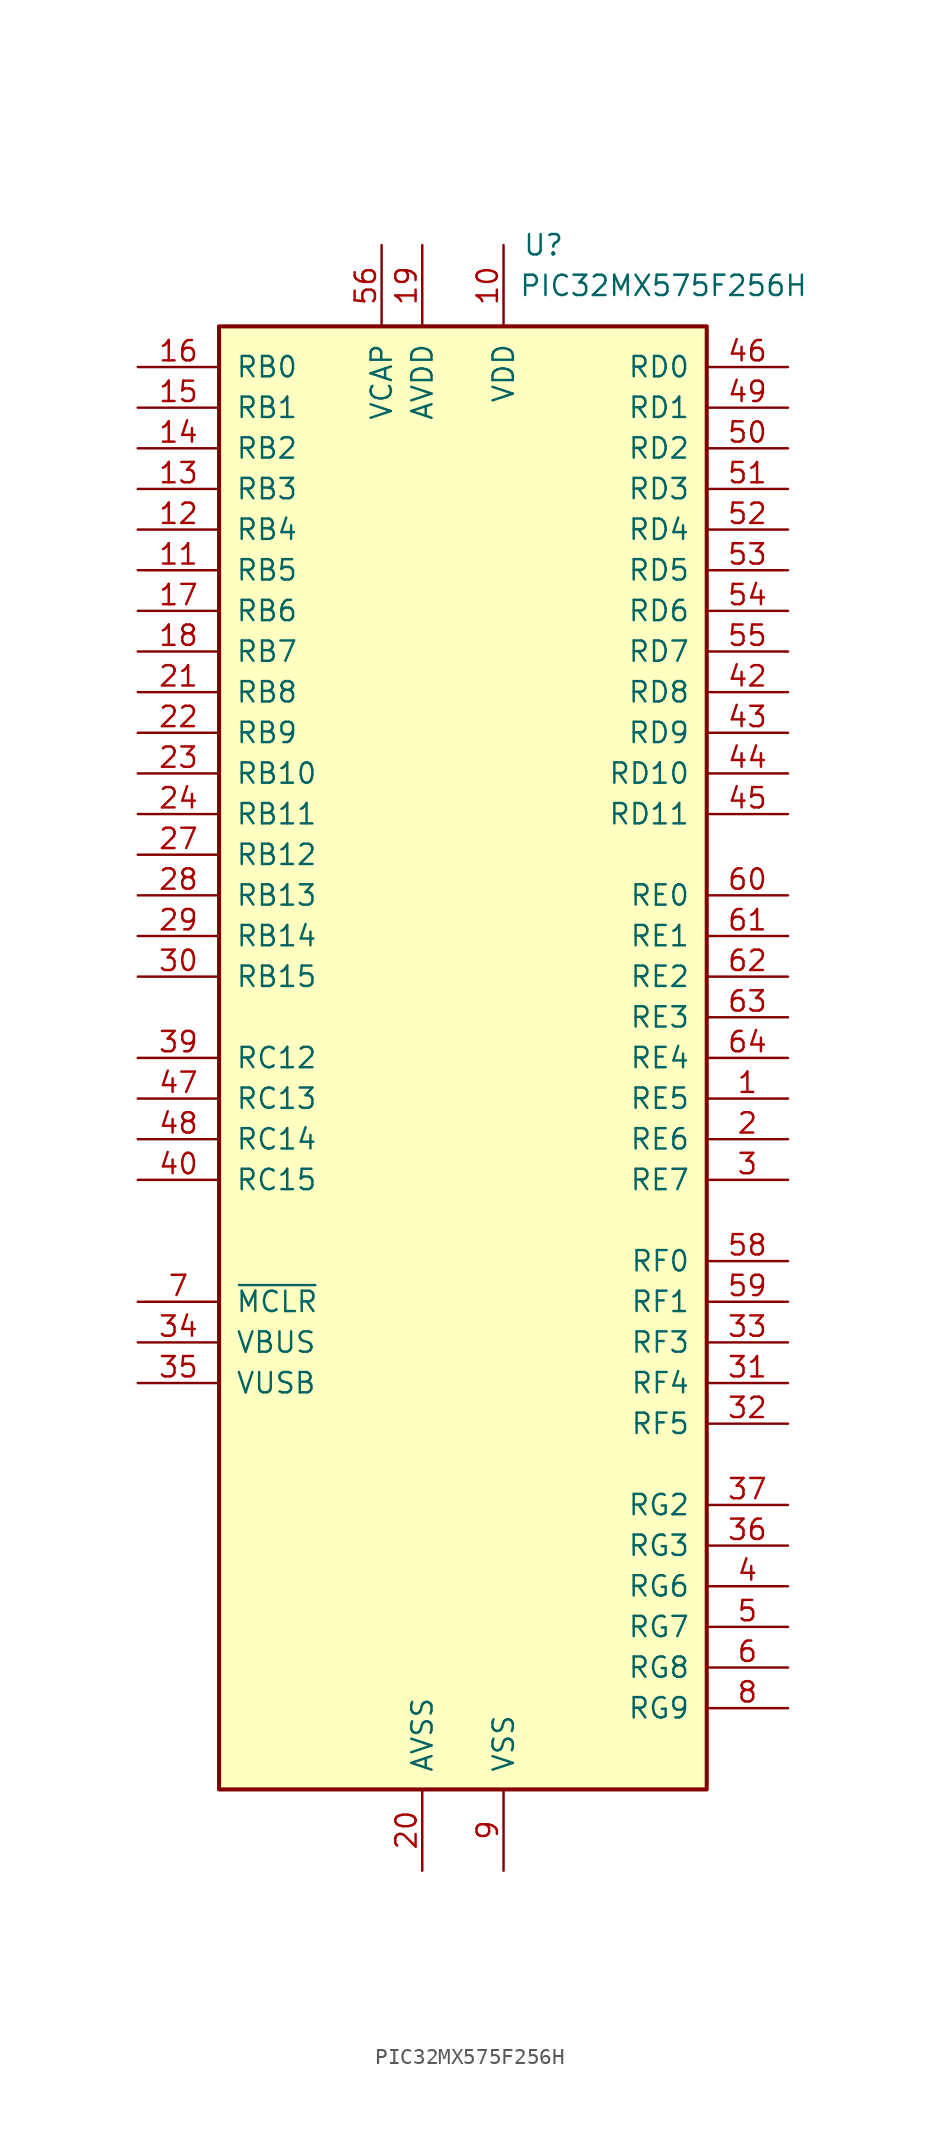
<source format=kicad_sym>
(kicad_symbol_lib
  (version 20201005)
  (generator kicad_symbol_editor)
  (symbol "MCU_Microchip_PIC32:PIC32MX575F256H"
    (pin_names
      (offset 1.016))
    (property "Reference" "U"
      (at 6.35 50.8 0)
      (effects (font (size 1.27 1.27)) (justify right)))
    (property "Value" "PIC32MX575F256H"
      (at 21.59 48.26 0)
      (effects (font (size 1.27 1.27)) (justify right)))
    (symbol "PIC32MX575F256H_0_1"
      (rectangle (start -15.24 45.72) (end 15.24 -45.72) (stroke (width 0.254)) (fill (type background))))
    (symbol "PIC32MX575F256H_1_1"
      (pin bidirectional line (at 20.32 -2.54 180) (length 5.08) (name "RE5" (effects (font (size 1.27 1.27)))) (number "1" (effects (font (size 1.27 1.27)))))
      (pin power_in line (at 2.54 50.8 270) (length 5.08) (name "VDD" (effects (font (size 1.27 1.27)))) (number "10" (effects (font (size 1.27 1.27)))))
      (pin bidirectional line (at -20.32 30.48 0) (length 5.08) (name "RB5" (effects (font (size 1.27 1.27)))) (number "11" (effects (font (size 1.27 1.27)))))
      (pin bidirectional line (at -20.32 33.02 0) (length 5.08) (name "RB4" (effects (font (size 1.27 1.27)))) (number "12" (effects (font (size 1.27 1.27)))))
      (pin bidirectional line (at -20.32 35.56 0) (length 5.08) (name "RB3" (effects (font (size 1.27 1.27)))) (number "13" (effects (font (size 1.27 1.27)))))
      (pin bidirectional line (at -20.32 38.1 0) (length 5.08) (name "RB2" (effects (font (size 1.27 1.27)))) (number "14" (effects (font (size 1.27 1.27)))))
      (pin bidirectional line (at -20.32 40.64 0) (length 5.08) (name "RB1" (effects (font (size 1.27 1.27)))) (number "15" (effects (font (size 1.27 1.27)))))
      (pin bidirectional line (at -20.32 43.18 0) (length 5.08) (name "RB0" (effects (font (size 1.27 1.27)))) (number "16" (effects (font (size 1.27 1.27)))))
      (pin bidirectional line (at -20.32 27.94 0) (length 5.08) (name "RB6" (effects (font (size 1.27 1.27)))) (number "17" (effects (font (size 1.27 1.27)))))
      (pin bidirectional line (at -20.32 25.4 0) (length 5.08) (name "RB7" (effects (font (size 1.27 1.27)))) (number "18" (effects (font (size 1.27 1.27)))))
      (pin power_in line (at -2.54 50.8 270) (length 5.08) (name "AVDD" (effects (font (size 1.27 1.27)))) (number "19" (effects (font (size 1.27 1.27)))))
      (pin bidirectional line (at 20.32 -5.08 180) (length 5.08) (name "RE6" (effects (font (size 1.27 1.27)))) (number "2" (effects (font (size 1.27 1.27)))))
      (pin power_in line (at -2.54 -50.8 90) (length 5.08) (name "AVSS" (effects (font (size 1.27 1.27)))) (number "20" (effects (font (size 1.27 1.27)))))
      (pin bidirectional line (at -20.32 22.86 0) (length 5.08) (name "RB8" (effects (font (size 1.27 1.27)))) (number "21" (effects (font (size 1.27 1.27)))))
      (pin bidirectional line (at -20.32 20.32 0) (length 5.08) (name "RB9" (effects (font (size 1.27 1.27)))) (number "22" (effects (font (size 1.27 1.27)))))
      (pin bidirectional line (at -20.32 17.78 0) (length 5.08) (name "RB10" (effects (font (size 1.27 1.27)))) (number "23" (effects (font (size 1.27 1.27)))))
      (pin bidirectional line (at -20.32 15.24 0) (length 5.08) (name "RB11" (effects (font (size 1.27 1.27)))) (number "24" (effects (font (size 1.27 1.27)))))
      (pin passive line (at 2.54 -50.8 90) (length 5.08) hide (name "VSS" (effects (font (size 1.27 1.27)))) (number "25" (effects (font (size 1.27 1.27)))))
      (pin passive line (at 2.54 50.8 270) (length 5.08) hide (name "VDD" (effects (font (size 1.27 1.27)))) (number "26" (effects (font (size 1.27 1.27)))))
      (pin bidirectional line (at -20.32 12.7 0) (length 5.08) (name "RB12" (effects (font (size 1.27 1.27)))) (number "27" (effects (font (size 1.27 1.27)))))
      (pin bidirectional line (at -20.32 10.16 0) (length 5.08) (name "RB13" (effects (font (size 1.27 1.27)))) (number "28" (effects (font (size 1.27 1.27)))))
      (pin bidirectional line (at -20.32 7.62 0) (length 5.08) (name "RB14" (effects (font (size 1.27 1.27)))) (number "29" (effects (font (size 1.27 1.27)))))
      (pin bidirectional line (at 20.32 -7.62 180) (length 5.08) (name "RE7" (effects (font (size 1.27 1.27)))) (number "3" (effects (font (size 1.27 1.27)))))
      (pin bidirectional line (at -20.32 5.08 0) (length 5.08) (name "RB15" (effects (font (size 1.27 1.27)))) (number "30" (effects (font (size 1.27 1.27)))))
      (pin bidirectional line (at 20.32 -20.32 180) (length 5.08) (name "RF4" (effects (font (size 1.27 1.27)))) (number "31" (effects (font (size 1.27 1.27)))))
      (pin bidirectional line (at 20.32 -22.86 180) (length 5.08) (name "RF5" (effects (font (size 1.27 1.27)))) (number "32" (effects (font (size 1.27 1.27)))))
      (pin bidirectional line (at 20.32 -17.78 180) (length 5.08) (name "RF3" (effects (font (size 1.27 1.27)))) (number "33" (effects (font (size 1.27 1.27)))))
      (pin input line (at -20.32 -17.78 0) (length 5.08) (name "VBUS" (effects (font (size 1.27 1.27)))) (number "34" (effects (font (size 1.27 1.27)))))
      (pin power_in line (at -20.32 -20.32 0) (length 5.08) (name "VUSB" (effects (font (size 1.27 1.27)))) (number "35" (effects (font (size 1.27 1.27)))))
      (pin bidirectional line (at 20.32 -30.48 180) (length 5.08) (name "RG3" (effects (font (size 1.27 1.27)))) (number "36" (effects (font (size 1.27 1.27)))))
      (pin bidirectional line (at 20.32 -27.94 180) (length 5.08) (name "RG2" (effects (font (size 1.27 1.27)))) (number "37" (effects (font (size 1.27 1.27)))))
      (pin passive line (at 2.54 50.8 270) (length 5.08) hide (name "VDD" (effects (font (size 1.27 1.27)))) (number "38" (effects (font (size 1.27 1.27)))))
      (pin bidirectional line (at -20.32 0 0) (length 5.08) (name "RC12" (effects (font (size 1.27 1.27)))) (number "39" (effects (font (size 1.27 1.27)))))
      (pin bidirectional line (at 20.32 -33.02 180) (length 5.08) (name "RG6" (effects (font (size 1.27 1.27)))) (number "4" (effects (font (size 1.27 1.27)))))
      (pin bidirectional line (at -20.32 -7.62 0) (length 5.08) (name "RC15" (effects (font (size 1.27 1.27)))) (number "40" (effects (font (size 1.27 1.27)))))
      (pin passive line (at 2.54 -50.8 90) (length 5.08) hide (name "VSS" (effects (font (size 1.27 1.27)))) (number "41" (effects (font (size 1.27 1.27)))))
      (pin bidirectional line (at 20.32 22.86 180) (length 5.08) (name "RD8" (effects (font (size 1.27 1.27)))) (number "42" (effects (font (size 1.27 1.27)))))
      (pin bidirectional line (at 20.32 20.32 180) (length 5.08) (name "RD9" (effects (font (size 1.27 1.27)))) (number "43" (effects (font (size 1.27 1.27)))))
      (pin bidirectional line (at 20.32 17.78 180) (length 5.08) (name "RD10" (effects (font (size 1.27 1.27)))) (number "44" (effects (font (size 1.27 1.27)))))
      (pin bidirectional line (at 20.32 15.24 180) (length 5.08) (name "RD11" (effects (font (size 1.27 1.27)))) (number "45" (effects (font (size 1.27 1.27)))))
      (pin bidirectional line (at 20.32 43.18 180) (length 5.08) (name "RD0" (effects (font (size 1.27 1.27)))) (number "46" (effects (font (size 1.27 1.27)))))
      (pin bidirectional line (at -20.32 -2.54 0) (length 5.08) (name "RC13" (effects (font (size 1.27 1.27)))) (number "47" (effects (font (size 1.27 1.27)))))
      (pin bidirectional line (at -20.32 -5.08 0) (length 5.08) (name "RC14" (effects (font (size 1.27 1.27)))) (number "48" (effects (font (size 1.27 1.27)))))
      (pin bidirectional line (at 20.32 40.64 180) (length 5.08) (name "RD1" (effects (font (size 1.27 1.27)))) (number "49" (effects (font (size 1.27 1.27)))))
      (pin bidirectional line (at 20.32 -35.56 180) (length 5.08) (name "RG7" (effects (font (size 1.27 1.27)))) (number "5" (effects (font (size 1.27 1.27)))))
      (pin bidirectional line (at 20.32 38.1 180) (length 5.08) (name "RD2" (effects (font (size 1.27 1.27)))) (number "50" (effects (font (size 1.27 1.27)))))
      (pin bidirectional line (at 20.32 35.56 180) (length 5.08) (name "RD3" (effects (font (size 1.27 1.27)))) (number "51" (effects (font (size 1.27 1.27)))))
      (pin bidirectional line (at 20.32 33.02 180) (length 5.08) (name "RD4" (effects (font (size 1.27 1.27)))) (number "52" (effects (font (size 1.27 1.27)))))
      (pin bidirectional line (at 20.32 30.48 180) (length 5.08) (name "RD5" (effects (font (size 1.27 1.27)))) (number "53" (effects (font (size 1.27 1.27)))))
      (pin bidirectional line (at 20.32 27.94 180) (length 5.08) (name "RD6" (effects (font (size 1.27 1.27)))) (number "54" (effects (font (size 1.27 1.27)))))
      (pin bidirectional line (at 20.32 25.4 180) (length 5.08) (name "RD7" (effects (font (size 1.27 1.27)))) (number "55" (effects (font (size 1.27 1.27)))))
      (pin power_out line (at -5.08 50.8 270) (length 5.08) (name "VCAP" (effects (font (size 1.27 1.27)))) (number "56" (effects (font (size 1.27 1.27)))))
      (pin passive line (at 2.54 50.8 270) (length 5.08) hide (name "VDD" (effects (font (size 1.27 1.27)))) (number "57" (effects (font (size 1.27 1.27)))))
      (pin bidirectional line (at 20.32 -12.7 180) (length 5.08) (name "RF0" (effects (font (size 1.27 1.27)))) (number "58" (effects (font (size 1.27 1.27)))))
      (pin bidirectional line (at 20.32 -15.24 180) (length 5.08) (name "RF1" (effects (font (size 1.27 1.27)))) (number "59" (effects (font (size 1.27 1.27)))))
      (pin bidirectional line (at 20.32 -38.1 180) (length 5.08) (name "RG8" (effects (font (size 1.27 1.27)))) (number "6" (effects (font (size 1.27 1.27)))))
      (pin bidirectional line (at 20.32 10.16 180) (length 5.08) (name "RE0" (effects (font (size 1.27 1.27)))) (number "60" (effects (font (size 1.27 1.27)))))
      (pin bidirectional line (at 20.32 7.62 180) (length 5.08) (name "RE1" (effects (font (size 1.27 1.27)))) (number "61" (effects (font (size 1.27 1.27)))))
      (pin bidirectional line (at 20.32 5.08 180) (length 5.08) (name "RE2" (effects (font (size 1.27 1.27)))) (number "62" (effects (font (size 1.27 1.27)))))
      (pin bidirectional line (at 20.32 2.54 180) (length 5.08) (name "RE3" (effects (font (size 1.27 1.27)))) (number "63" (effects (font (size 1.27 1.27)))))
      (pin bidirectional line (at 20.32 0 180) (length 5.08) (name "RE4" (effects (font (size 1.27 1.27)))) (number "64" (effects (font (size 1.27 1.27)))))
      (pin input line (at -20.32 -15.24 0) (length 5.08) (name "~MCLR~" (effects (font (size 1.27 1.27)))) (number "7" (effects (font (size 1.27 1.27)))))
      (pin bidirectional line (at 20.32 -40.64 180) (length 5.08) (name "RG9" (effects (font (size 1.27 1.27)))) (number "8" (effects (font (size 1.27 1.27)))))
      (pin power_in line (at 2.54 -50.8 90) (length 5.08) (name "VSS" (effects (font (size 1.27 1.27)))) (number "9" (effects (font (size 1.27 1.27))))))))
</source>
